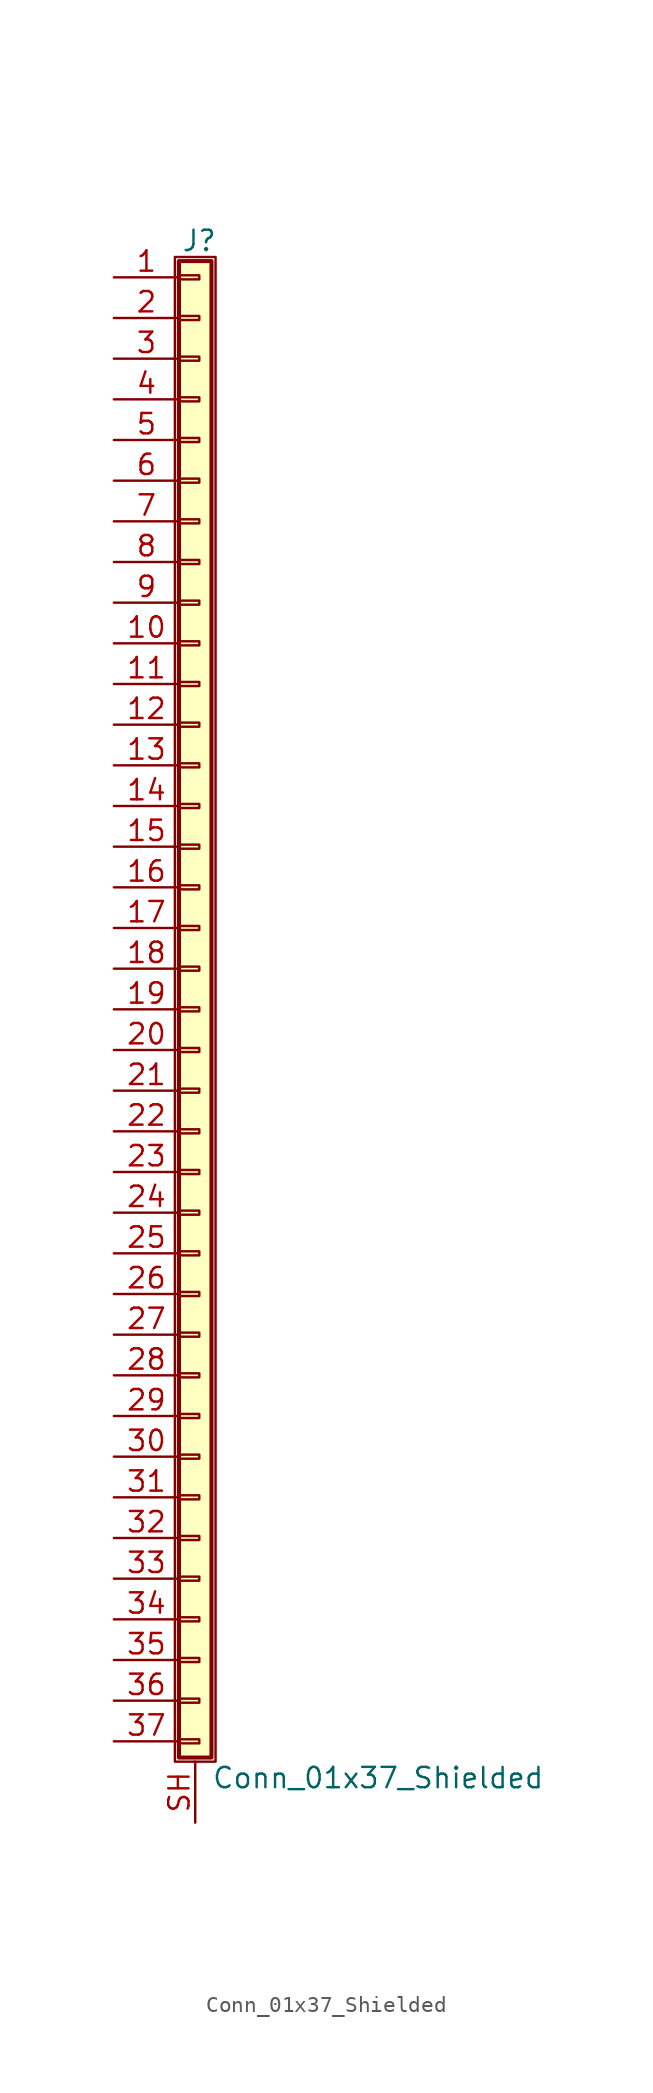
<source format=kicad_sym>
(kicad_symbol_lib
  (version 20201005)
  (generator kicad_symbol_editor)
  (symbol "Connector_Generic_Shielded:Conn_01x37_Shielded"
    (pin_names
      (offset 1.016) hide)
    (property "Reference" "J"
      (at 0.254 48.006 0)
      (effects (font (size 1.27 1.27))))
    (property "Value" "Conn_01x37_Shielded"
      (at 1.016 -48.006 0)
      (effects (font (size 1.27 1.27)) (justify left)))
    (symbol "Conn_01x37_Shielded_1_1"
      (rectangle (start -1.016 -27.813) (end 0.254 -28.067) (stroke (width 0.152)) (fill (type none)))
      (rectangle (start -1.016 -30.353) (end 0.254 -30.607) (stroke (width 0.152)) (fill (type none)))
      (rectangle (start -1.016 -32.893) (end 0.254 -33.147) (stroke (width 0.152)) (fill (type none)))
      (rectangle (start -1.016 -35.433) (end 0.254 -35.687) (stroke (width 0.152)) (fill (type none)))
      (rectangle (start -1.016 -37.973) (end 0.254 -38.227) (stroke (width 0.152)) (fill (type none)))
      (rectangle (start -1.016 -40.513) (end 0.254 -40.767) (stroke (width 0.152)) (fill (type none)))
      (rectangle (start -1.016 -43.053) (end 0.254 -43.307) (stroke (width 0.152)) (fill (type none)))
      (rectangle (start -1.016 -45.593) (end 0.254 -45.847) (stroke (width 0.152)) (fill (type none)))
      (rectangle (start -1.016 -4.953) (end 0.254 -5.207) (stroke (width 0.152)) (fill (type none)))
      (rectangle (start -1.016 -7.493) (end 0.254 -7.747) (stroke (width 0.152)) (fill (type none)))
      (rectangle (start -1.016 -10.033) (end 0.254 -10.287) (stroke (width 0.152)) (fill (type none)))
      (rectangle (start -1.016 -12.573) (end 0.254 -12.827) (stroke (width 0.152)) (fill (type none)))
      (rectangle (start -1.016 -15.113) (end 0.254 -15.367) (stroke (width 0.152)) (fill (type none)))
      (rectangle (start -1.016 -17.653) (end 0.254 -17.907) (stroke (width 0.152)) (fill (type none)))
      (rectangle (start -1.016 -20.193) (end 0.254 -20.447) (stroke (width 0.152)) (fill (type none)))
      (rectangle (start -1.016 -22.733) (end 0.254 -22.987) (stroke (width 0.152)) (fill (type none)))
      (rectangle (start -1.016 -2.413) (end 0.254 -2.667) (stroke (width 0.152)) (fill (type none)))
      (rectangle (start -1.016 -25.273) (end 0.254 -25.527) (stroke (width 0.152)) (fill (type none)))
      (rectangle (start -1.016 25.527) (end 0.254 25.273) (stroke (width 0.152)) (fill (type none)))
      (rectangle (start -1.016 2.667) (end 0.254 2.413) (stroke (width 0.152)) (fill (type none)))
      (rectangle (start -1.016 28.067) (end 0.254 27.813) (stroke (width 0.152)) (fill (type none)))
      (rectangle (start -1.016 30.607) (end 0.254 30.353) (stroke (width 0.152)) (fill (type none)))
      (rectangle (start -1.016 33.147) (end 0.254 32.893) (stroke (width 0.152)) (fill (type none)))
      (rectangle (start -1.016 35.687) (end 0.254 35.433) (stroke (width 0.152)) (fill (type none)))
      (rectangle (start -1.016 38.227) (end 0.254 37.973) (stroke (width 0.152)) (fill (type none)))
      (rectangle (start -1.016 40.767) (end 0.254 40.513) (stroke (width 0.152)) (fill (type none)))
      (rectangle (start -1.016 43.307) (end 0.254 43.053) (stroke (width 0.152)) (fill (type none)))
      (rectangle (start -1.016 45.847) (end 0.254 45.593) (stroke (width 0.152)) (fill (type none)))
      (rectangle (start -1.016 46.736) (end 1.016 -46.736) (stroke (width 0.254)) (fill (type background)))
      (rectangle (start -1.016 5.207) (end 0.254 4.953) (stroke (width 0.152)) (fill (type none)))
      (rectangle (start -1.016 7.747) (end 0.254 7.493) (stroke (width 0.152)) (fill (type none)))
      (rectangle (start -1.016 10.287) (end 0.254 10.033) (stroke (width 0.152)) (fill (type none)))
      (rectangle (start -1.016 0.127) (end 0.254 -0.127) (stroke (width 0.152)) (fill (type none)))
      (rectangle (start -1.016 12.827) (end 0.254 12.573) (stroke (width 0.152)) (fill (type none)))
      (rectangle (start -1.016 15.367) (end 0.254 15.113) (stroke (width 0.152)) (fill (type none)))
      (rectangle (start -1.016 17.907) (end 0.254 17.653) (stroke (width 0.152)) (fill (type none)))
      (rectangle (start -1.016 20.447) (end 0.254 20.193) (stroke (width 0.152)) (fill (type none)))
      (rectangle (start -1.016 22.987) (end 0.254 22.733) (stroke (width 0.152)) (fill (type none)))
      (rectangle (start -1.27 46.99) (end 1.27 -46.99) (stroke (width 0.152)) (fill (type none)))
      (pin passive line (at -5.08 45.72 0) (length 4.064) (name "Pin_1" (effects (font (size 1.27 1.27)))) (number "1" (effects (font (size 1.27 1.27)))))
      (pin passive line (at -5.08 22.86 0) (length 4.064) (name "Pin_10" (effects (font (size 1.27 1.27)))) (number "10" (effects (font (size 1.27 1.27)))))
      (pin passive line (at -5.08 20.32 0) (length 4.064) (name "Pin_11" (effects (font (size 1.27 1.27)))) (number "11" (effects (font (size 1.27 1.27)))))
      (pin passive line (at -5.08 17.78 0) (length 4.064) (name "Pin_12" (effects (font (size 1.27 1.27)))) (number "12" (effects (font (size 1.27 1.27)))))
      (pin passive line (at -5.08 15.24 0) (length 4.064) (name "Pin_13" (effects (font (size 1.27 1.27)))) (number "13" (effects (font (size 1.27 1.27)))))
      (pin passive line (at -5.08 12.7 0) (length 4.064) (name "Pin_14" (effects (font (size 1.27 1.27)))) (number "14" (effects (font (size 1.27 1.27)))))
      (pin passive line (at -5.08 10.16 0) (length 4.064) (name "Pin_15" (effects (font (size 1.27 1.27)))) (number "15" (effects (font (size 1.27 1.27)))))
      (pin passive line (at -5.08 7.62 0) (length 4.064) (name "Pin_16" (effects (font (size 1.27 1.27)))) (number "16" (effects (font (size 1.27 1.27)))))
      (pin passive line (at -5.08 5.08 0) (length 4.064) (name "Pin_17" (effects (font (size 1.27 1.27)))) (number "17" (effects (font (size 1.27 1.27)))))
      (pin passive line (at -5.08 2.54 0) (length 4.064) (name "Pin_18" (effects (font (size 1.27 1.27)))) (number "18" (effects (font (size 1.27 1.27)))))
      (pin passive line (at -5.08 0 0) (length 4.064) (name "Pin_19" (effects (font (size 1.27 1.27)))) (number "19" (effects (font (size 1.27 1.27)))))
      (pin passive line (at -5.08 43.18 0) (length 4.064) (name "Pin_2" (effects (font (size 1.27 1.27)))) (number "2" (effects (font (size 1.27 1.27)))))
      (pin passive line (at -5.08 -2.54 0) (length 4.064) (name "Pin_20" (effects (font (size 1.27 1.27)))) (number "20" (effects (font (size 1.27 1.27)))))
      (pin passive line (at -5.08 -5.08 0) (length 4.064) (name "Pin_21" (effects (font (size 1.27 1.27)))) (number "21" (effects (font (size 1.27 1.27)))))
      (pin passive line (at -5.08 -7.62 0) (length 4.064) (name "Pin_22" (effects (font (size 1.27 1.27)))) (number "22" (effects (font (size 1.27 1.27)))))
      (pin passive line (at -5.08 -10.16 0) (length 4.064) (name "Pin_23" (effects (font (size 1.27 1.27)))) (number "23" (effects (font (size 1.27 1.27)))))
      (pin passive line (at -5.08 -12.7 0) (length 4.064) (name "Pin_24" (effects (font (size 1.27 1.27)))) (number "24" (effects (font (size 1.27 1.27)))))
      (pin passive line (at -5.08 -15.24 0) (length 4.064) (name "Pin_25" (effects (font (size 1.27 1.27)))) (number "25" (effects (font (size 1.27 1.27)))))
      (pin passive line (at -5.08 -17.78 0) (length 4.064) (name "Pin_26" (effects (font (size 1.27 1.27)))) (number "26" (effects (font (size 1.27 1.27)))))
      (pin passive line (at -5.08 -20.32 0) (length 4.064) (name "Pin_27" (effects (font (size 1.27 1.27)))) (number "27" (effects (font (size 1.27 1.27)))))
      (pin passive line (at -5.08 -22.86 0) (length 4.064) (name "Pin_28" (effects (font (size 1.27 1.27)))) (number "28" (effects (font (size 1.27 1.27)))))
      (pin passive line (at -5.08 -25.4 0) (length 4.064) (name "Pin_29" (effects (font (size 1.27 1.27)))) (number "29" (effects (font (size 1.27 1.27)))))
      (pin passive line (at -5.08 40.64 0) (length 4.064) (name "Pin_3" (effects (font (size 1.27 1.27)))) (number "3" (effects (font (size 1.27 1.27)))))
      (pin passive line (at -5.08 -27.94 0) (length 4.064) (name "Pin_30" (effects (font (size 1.27 1.27)))) (number "30" (effects (font (size 1.27 1.27)))))
      (pin passive line (at -5.08 -30.48 0) (length 4.064) (name "Pin_31" (effects (font (size 1.27 1.27)))) (number "31" (effects (font (size 1.27 1.27)))))
      (pin passive line (at -5.08 -33.02 0) (length 4.064) (name "Pin_32" (effects (font (size 1.27 1.27)))) (number "32" (effects (font (size 1.27 1.27)))))
      (pin passive line (at -5.08 -35.56 0) (length 4.064) (name "Pin_33" (effects (font (size 1.27 1.27)))) (number "33" (effects (font (size 1.27 1.27)))))
      (pin passive line (at -5.08 -38.1 0) (length 4.064) (name "Pin_34" (effects (font (size 1.27 1.27)))) (number "34" (effects (font (size 1.27 1.27)))))
      (pin passive line (at -5.08 -40.64 0) (length 4.064) (name "Pin_35" (effects (font (size 1.27 1.27)))) (number "35" (effects (font (size 1.27 1.27)))))
      (pin passive line (at -5.08 -43.18 0) (length 4.064) (name "Pin_36" (effects (font (size 1.27 1.27)))) (number "36" (effects (font (size 1.27 1.27)))))
      (pin passive line (at -5.08 -45.72 0) (length 4.064) (name "Pin_37" (effects (font (size 1.27 1.27)))) (number "37" (effects (font (size 1.27 1.27)))))
      (pin passive line (at -5.08 38.1 0) (length 4.064) (name "Pin_4" (effects (font (size 1.27 1.27)))) (number "4" (effects (font (size 1.27 1.27)))))
      (pin passive line (at -5.08 35.56 0) (length 4.064) (name "Pin_5" (effects (font (size 1.27 1.27)))) (number "5" (effects (font (size 1.27 1.27)))))
      (pin passive line (at -5.08 33.02 0) (length 4.064) (name "Pin_6" (effects (font (size 1.27 1.27)))) (number "6" (effects (font (size 1.27 1.27)))))
      (pin passive line (at -5.08 30.48 0) (length 4.064) (name "Pin_7" (effects (font (size 1.27 1.27)))) (number "7" (effects (font (size 1.27 1.27)))))
      (pin passive line (at -5.08 27.94 0) (length 4.064) (name "Pin_8" (effects (font (size 1.27 1.27)))) (number "8" (effects (font (size 1.27 1.27)))))
      (pin passive line (at -5.08 25.4 0) (length 4.064) (name "Pin_9" (effects (font (size 1.27 1.27)))) (number "9" (effects (font (size 1.27 1.27)))))
      (pin passive line (at 0 -50.8 90) (length 3.81) (name "Shield" (effects (font (size 1.27 1.27)))) (number "SH" (effects (font (size 1.27 1.27))))))))
</source>
